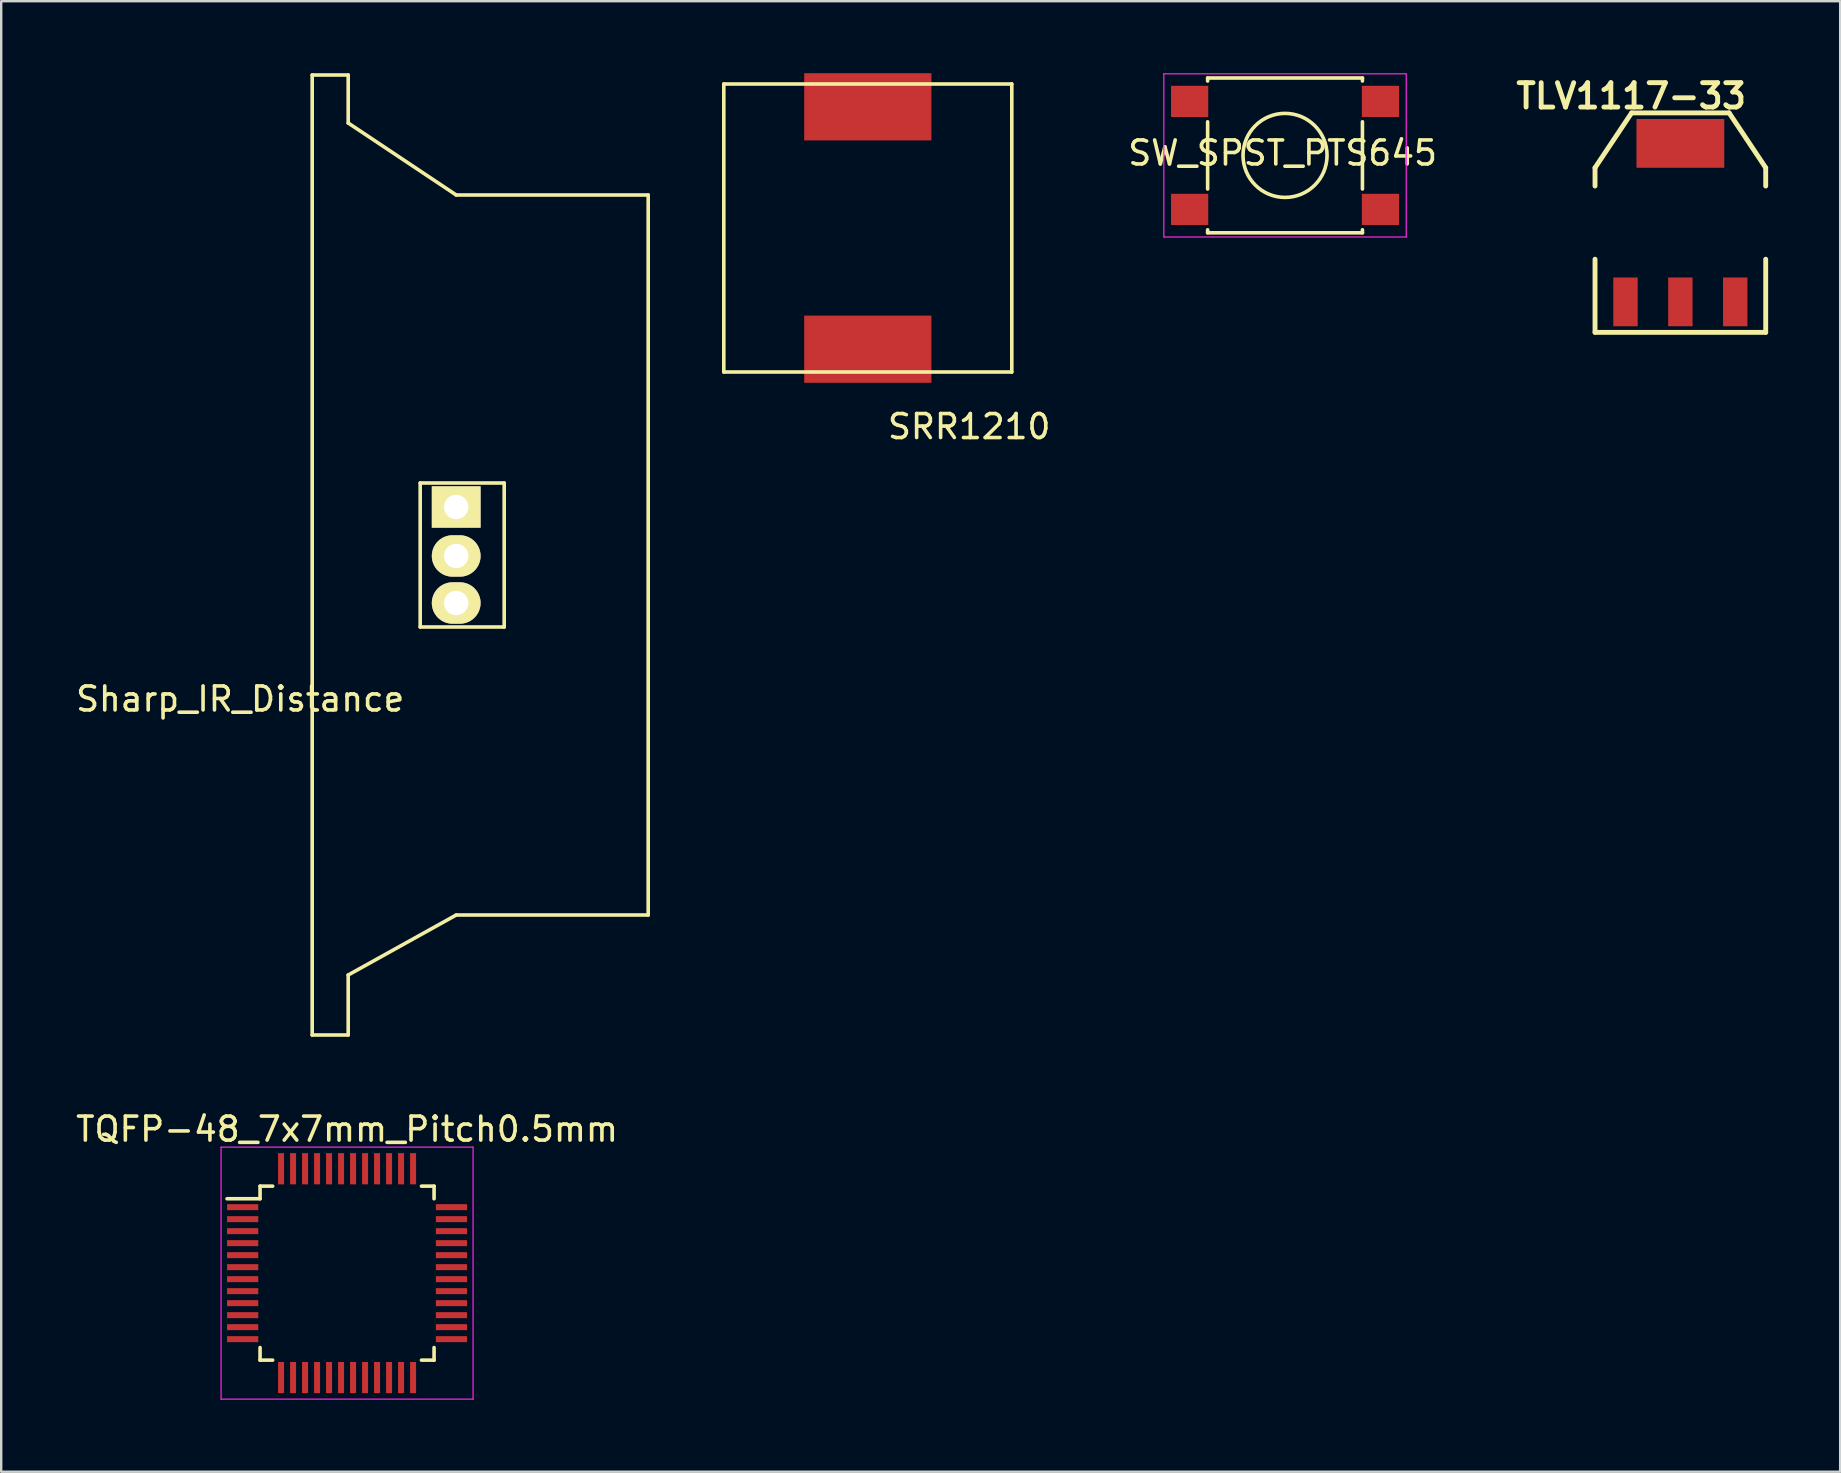
<source format=kicad_pcb>
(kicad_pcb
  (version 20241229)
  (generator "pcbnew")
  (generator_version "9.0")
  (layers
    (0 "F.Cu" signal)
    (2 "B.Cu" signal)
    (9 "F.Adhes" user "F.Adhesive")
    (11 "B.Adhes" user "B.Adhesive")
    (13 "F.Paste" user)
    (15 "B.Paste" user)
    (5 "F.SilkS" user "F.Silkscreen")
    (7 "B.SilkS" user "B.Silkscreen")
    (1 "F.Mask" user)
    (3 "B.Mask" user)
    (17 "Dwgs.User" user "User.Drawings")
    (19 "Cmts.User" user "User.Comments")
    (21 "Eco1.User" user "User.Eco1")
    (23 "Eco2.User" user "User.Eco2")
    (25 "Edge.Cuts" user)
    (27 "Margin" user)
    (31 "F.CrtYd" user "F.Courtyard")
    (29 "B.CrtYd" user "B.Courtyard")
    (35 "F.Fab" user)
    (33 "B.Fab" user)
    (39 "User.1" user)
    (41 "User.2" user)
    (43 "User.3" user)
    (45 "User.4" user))
  (footprint "TLV1117-33"
    (layer "F.Cu")
    (at 66.965 6.226)
    (property "Reference" "TLV1117-33" (at -2.05 -5.275 0) (layer "F.SilkS") (effects (font (size 1.016 1.016) (thickness 0.203))))
    (attr smd)
    (fp_line (start -3.556 -2.286) (end -2.032 -4.572) (stroke (width 0.203) (type solid)) (layer "F.SilkS"))
    (fp_line (start -3.556 -1.524) (end -3.556 -2.286) (stroke (width 0.203) (type solid)) (layer "F.SilkS"))
    (fp_line (start -3.556 1.524) (end -3.556 4.572) (stroke (width 0.203) (type solid)) (layer "F.SilkS"))
    (fp_line (start -3.556 4.572) (end 3.556 4.572) (stroke (width 0.203) (type solid)) (layer "F.SilkS"))
    (fp_line (start -2.032 -4.572) (end 2.032 -4.572) (stroke (width 0.203) (type solid)) (layer "F.SilkS"))
    (fp_line (start 2.032 -4.572) (end 3.556 -2.286) (stroke (width 0.203) (type solid)) (layer "F.SilkS"))
    (fp_line (start 3.556 -2.286) (end 3.556 -1.524) (stroke (width 0.203) (type solid)) (layer "F.SilkS"))
    (fp_line (start 3.556 4.572) (end 3.556 1.524) (stroke (width 0.203) (type solid)) (layer "F.SilkS"))
    (pad "1" smd rect (at -2.286 3.302) (size 1.016 2.032) (layers "F.Cu" "F.Mask" "F.Paste"))
    (pad "2" smd rect (at 0 3.302) (size 1.016 2.032) (layers "F.Cu" "F.Mask" "F.Paste"))
    (pad "3" smd rect (at 2.286 3.302) (size 1.016 2.032) (layers "F.Cu" "F.Mask" "F.Paste"))
    (pad "4" smd rect (at 0 -3.302) (size 3.658 2.032) (layers "F.Cu" "F.Mask" "F.Paste")))
  (footprint "SRR1210"
    (layer "F.Cu")
    (at 33.108 6.45)
    (property "Reference" "SRR1210" (at 4.225 8.275 0) (layer "F.SilkS") (effects (font (size 1 1) (thickness 0.15))))
    (attr through_hole)
    (fp_line (start -6 -6) (end 6 -6) (stroke (width 0.15) (type solid)) (layer "F.SilkS"))
    (fp_line (start -6 6) (end -6 -6) (stroke (width 0.15) (type solid)) (layer "F.SilkS"))
    (fp_line (start 6 -6) (end 6 6) (stroke (width 0.15) (type solid)) (layer "F.SilkS"))
    (fp_line (start 6 6) (end -6 6) (stroke (width 0.15) (type solid)) (layer "F.SilkS"))
    (pad "1" smd rect (at 0 5.05) (size 5.3 2.8) (layers "F.Cu" "F.Mask" "F.Paste"))
    (pad "2" smd rect (at 0 -5.05) (size 5.3 2.8) (layers "F.Cu" "F.Mask" "F.Paste")))
  (footprint "SW_SPST_PTS645"
    (layer "F.Cu")
    (at 50.493 3.425)
    (property "Reference" "SW_SPST_PTS645" (at -0.1 -0.1 0) (layer "F.SilkS") (effects (font (size 1 1) (thickness 0.15))))
    (attr through_hole)
    (fp_line (start -3.225 -3.225) (end 3.225 -3.225) (stroke (width 0.15) (type solid)) (layer "F.SilkS"))
    (fp_line (start -3.225 -3.1) (end -3.225 -3.225) (stroke (width 0.15) (type solid)) (layer "F.SilkS"))
    (fp_line (start -3.225 -1.4) (end -3.225 1.4) (stroke (width 0.15) (type solid)) (layer "F.SilkS"))
    (fp_line (start -3.225 3.225) (end -3.225 3.1) (stroke (width 0.15) (type solid)) (layer "F.SilkS"))
    (fp_line (start -3.225 3.225) (end 3.225 3.225) (stroke (width 0.15) (type solid)) (layer "F.SilkS"))
    (fp_line (start 3.225 -3.225) (end 3.225 -3.1) (stroke (width 0.15) (type solid)) (layer "F.SilkS"))
    (fp_line (start 3.225 -1.4) (end 3.225 1.4) (stroke (width 0.15) (type solid)) (layer "F.SilkS"))
    (fp_line (start 3.225 3.225) (end 3.225 3.1) (stroke (width 0.15) (type solid)) (layer "F.SilkS"))
    (fp_circle (center 0 0) (end 1.75 -0.05) (stroke (width 0.15) (type solid)) (fill no) (layer "F.SilkS"))
    (fp_line (start -5.05 -3.4) (end -5.05 3.4) (stroke (width 0.05) (type solid)) (layer "F.CrtYd"))
    (fp_line (start -5.05 -3.4) (end 5.05 -3.4) (stroke (width 0.05) (type solid)) (layer "F.CrtYd"))
    (fp_line (start -5.05 3.4) (end 5.05 3.4) (stroke (width 0.05) (type solid)) (layer "F.CrtYd"))
    (fp_line (start 5.05 3.4) (end 5.05 -3.4) (stroke (width 0.05) (type solid)) (layer "F.CrtYd"))
    (pad "1" smd rect (at -3.975 -2.25) (size 1.55 1.3) (layers "F.Cu" "F.Mask" "F.Paste"))
    (pad "1" smd rect (at 3.975 -2.25) (size 1.55 1.3) (layers "F.Cu" "F.Mask" "F.Paste"))
    (pad "2" smd rect (at -3.975 2.25) (size 1.55 1.3) (layers "F.Cu" "F.Mask" "F.Paste"))
    (pad "2" smd rect (at 3.975 2.25) (size 1.55 1.3) (layers "F.Cu" "F.Mask" "F.Paste")))
  (footprint "TQFP-48_7x7mm_Pitch0.5mm"
    (layer "F.Cu")
    (at 11.411 49.998)
    (property "Reference" "TQFP-48_7x7mm_Pitch0.5mm" (at 0 -6 0) (layer "F.SilkS") (effects (font (size 1 1) (thickness 0.15))))
    (attr smd)
    (fp_line (start -3.625 -3.625) (end -3.625 -3.1) (stroke (width 0.15) (type solid)) (layer "F.SilkS"))
    (fp_line (start -3.625 -3.625) (end -3.1 -3.625) (stroke (width 0.15) (type solid)) (layer "F.SilkS"))
    (fp_line (start -3.625 -3.1) (end -5 -3.1) (stroke (width 0.15) (type solid)) (layer "F.SilkS"))
    (fp_line (start -3.625 3.625) (end -3.625 3.1) (stroke (width 0.15) (type solid)) (layer "F.SilkS"))
    (fp_line (start -3.625 3.625) (end -3.1 3.625) (stroke (width 0.15) (type solid)) (layer "F.SilkS"))
    (fp_line (start 3.625 -3.625) (end 3.1 -3.625) (stroke (width 0.15) (type solid)) (layer "F.SilkS"))
    (fp_line (start 3.625 -3.625) (end 3.625 -3.1) (stroke (width 0.15) (type solid)) (layer "F.SilkS"))
    (fp_line (start 3.625 3.625) (end 3.1 3.625) (stroke (width 0.15) (type solid)) (layer "F.SilkS"))
    (fp_line (start 3.625 3.625) (end 3.625 3.1) (stroke (width 0.15) (type solid)) (layer "F.SilkS"))
    (fp_line (start -5.25 -5.25) (end -5.25 5.25) (stroke (width 0.05) (type solid)) (layer "F.CrtYd"))
    (fp_line (start -5.25 -5.25) (end 5.25 -5.25) (stroke (width 0.05) (type solid)) (layer "F.CrtYd"))
    (fp_line (start -5.25 5.25) (end 5.25 5.25) (stroke (width 0.05) (type solid)) (layer "F.CrtYd"))
    (fp_line (start 5.25 -5.25) (end 5.25 5.25) (stroke (width 0.05) (type solid)) (layer "F.CrtYd"))
    (pad "1" smd rect (at -4.35 -2.75) (size 1.3 0.25) (layers "F.Cu" "F.Mask" "F.Paste"))
    (pad "2" smd rect (at -4.35 -2.25) (size 1.3 0.25) (layers "F.Cu" "F.Mask" "F.Paste"))
    (pad "3" smd rect (at -4.35 -1.75) (size 1.3 0.25) (layers "F.Cu" "F.Mask" "F.Paste"))
    (pad "4" smd rect (at -4.35 -1.25) (size 1.3 0.25) (layers "F.Cu" "F.Mask" "F.Paste"))
    (pad "5" smd rect (at -4.35 -0.75) (size 1.3 0.25) (layers "F.Cu" "F.Mask" "F.Paste"))
    (pad "6" smd rect (at -4.35 -0.25) (size 1.3 0.25) (layers "F.Cu" "F.Mask" "F.Paste"))
    (pad "7" smd rect (at -4.35 0.25) (size 1.3 0.25) (layers "F.Cu" "F.Mask" "F.Paste"))
    (pad "8" smd rect (at -4.35 0.75) (size 1.3 0.25) (layers "F.Cu" "F.Mask" "F.Paste"))
    (pad "9" smd rect (at -4.35 1.25) (size 1.3 0.25) (layers "F.Cu" "F.Mask" "F.Paste"))
    (pad "10" smd rect (at -4.35 1.75) (size 1.3 0.25) (layers "F.Cu" "F.Mask" "F.Paste"))
    (pad "11" smd rect (at -4.35 2.25) (size 1.3 0.25) (layers "F.Cu" "F.Mask" "F.Paste"))
    (pad "12" smd rect (at -4.35 2.75) (size 1.3 0.25) (layers "F.Cu" "F.Mask" "F.Paste"))
    (pad "13" smd rect (at -2.75 4.35 90) (size 1.3 0.25) (layers "F.Cu" "F.Mask" "F.Paste"))
    (pad "14" smd rect (at -2.25 4.35 90) (size 1.3 0.25) (layers "F.Cu" "F.Mask" "F.Paste"))
    (pad "15" smd rect (at -1.75 4.35 90) (size 1.3 0.25) (layers "F.Cu" "F.Mask" "F.Paste"))
    (pad "16" smd rect (at -1.25 4.35 90) (size 1.3 0.25) (layers "F.Cu" "F.Mask" "F.Paste"))
    (pad "17" smd rect (at -0.75 4.35 90) (size 1.3 0.25) (layers "F.Cu" "F.Mask" "F.Paste"))
    (pad "18" smd rect (at -0.25 4.35 90) (size 1.3 0.25) (layers "F.Cu" "F.Mask" "F.Paste"))
    (pad "19" smd rect (at 0.25 4.35 90) (size 1.3 0.25) (layers "F.Cu" "F.Mask" "F.Paste"))
    (pad "20" smd rect (at 0.75 4.35 90) (size 1.3 0.25) (layers "F.Cu" "F.Mask" "F.Paste"))
    (pad "21" smd rect (at 1.25 4.35 90) (size 1.3 0.25) (layers "F.Cu" "F.Mask" "F.Paste"))
    (pad "22" smd rect (at 1.75 4.35 90) (size 1.3 0.25) (layers "F.Cu" "F.Mask" "F.Paste"))
    (pad "23" smd rect (at 2.25 4.35 90) (size 1.3 0.25) (layers "F.Cu" "F.Mask" "F.Paste"))
    (pad "24" smd rect (at 2.75 4.35 90) (size 1.3 0.25) (layers "F.Cu" "F.Mask" "F.Paste"))
    (pad "25" smd rect (at 4.35 2.75) (size 1.3 0.25) (layers "F.Cu" "F.Mask" "F.Paste"))
    (pad "26" smd rect (at 4.35 2.25) (size 1.3 0.25) (layers "F.Cu" "F.Mask" "F.Paste"))
    (pad "27" smd rect (at 4.35 1.75) (size 1.3 0.25) (layers "F.Cu" "F.Mask" "F.Paste"))
    (pad "28" smd rect (at 4.35 1.25) (size 1.3 0.25) (layers "F.Cu" "F.Mask" "F.Paste"))
    (pad "29" smd rect (at 4.35 0.75) (size 1.3 0.25) (layers "F.Cu" "F.Mask" "F.Paste"))
    (pad "30" smd rect (at 4.35 0.25) (size 1.3 0.25) (layers "F.Cu" "F.Mask" "F.Paste"))
    (pad "31" smd rect (at 4.35 -0.25) (size 1.3 0.25) (layers "F.Cu" "F.Mask" "F.Paste"))
    (pad "32" smd rect (at 4.35 -0.75) (size 1.3 0.25) (layers "F.Cu" "F.Mask" "F.Paste"))
    (pad "33" smd rect (at 4.35 -1.25) (size 1.3 0.25) (layers "F.Cu" "F.Mask" "F.Paste"))
    (pad "34" smd rect (at 4.35 -1.75) (size 1.3 0.25) (layers "F.Cu" "F.Mask" "F.Paste"))
    (pad "35" smd rect (at 4.35 -2.25) (size 1.3 0.25) (layers "F.Cu" "F.Mask" "F.Paste"))
    (pad "36" smd rect (at 4.35 -2.75) (size 1.3 0.25) (layers "F.Cu" "F.Mask" "F.Paste"))
    (pad "37" smd rect (at 2.75 -4.35 90) (size 1.3 0.25) (layers "F.Cu" "F.Mask" "F.Paste"))
    (pad "38" smd rect (at 2.25 -4.35 90) (size 1.3 0.25) (layers "F.Cu" "F.Mask" "F.Paste"))
    (pad "39" smd rect (at 1.75 -4.35 90) (size 1.3 0.25) (layers "F.Cu" "F.Mask" "F.Paste"))
    (pad "40" smd rect (at 1.25 -4.35 90) (size 1.3 0.25) (layers "F.Cu" "F.Mask" "F.Paste"))
    (pad "41" smd rect (at 0.75 -4.35 90) (size 1.3 0.25) (layers "F.Cu" "F.Mask" "F.Paste"))
    (pad "42" smd rect (at 0.25 -4.35 90) (size 1.3 0.25) (layers "F.Cu" "F.Mask" "F.Paste"))
    (pad "43" smd rect (at -0.25 -4.35 90) (size 1.3 0.25) (layers "F.Cu" "F.Mask" "F.Paste"))
    (pad "44" smd rect (at -0.75 -4.35 90) (size 1.3 0.25) (layers "F.Cu" "F.Mask" "F.Paste"))
    (pad "45" smd rect (at -1.25 -4.35 90) (size 1.3 0.25) (layers "F.Cu" "F.Mask" "F.Paste"))
    (pad "46" smd rect (at -1.75 -4.35 90) (size 1.3 0.25) (layers "F.Cu" "F.Mask" "F.Paste"))
    (pad "47" smd rect (at -2.25 -4.35 90) (size 1.3 0.25) (layers "F.Cu" "F.Mask" "F.Paste"))
    (pad "48" smd rect (at -2.75 -4.35 90) (size 1.3 0.25) (layers "F.Cu" "F.Mask" "F.Paste")))
  (footprint "Sharp_IR_Distance"
    (layer "F.Cu")
    (at 15.958 20.075)
    (property "Reference" "Sharp_IR_Distance" (at -9 6 0) (layer "F.SilkS") (effects (font (size 1 1) (thickness 0.15))))
    (attr through_hole)
    (fp_line (start -6 -20) (end -6 20) (stroke (width 0.15) (type solid)) (layer "F.SilkS"))
    (fp_line (start -6 20) (end -4.5 20) (stroke (width 0.15) (type solid)) (layer "F.SilkS"))
    (fp_line (start -4.5 -20) (end -6 -20) (stroke (width 0.15) (type solid)) (layer "F.SilkS"))
    (fp_line (start -4.5 -18) (end -4.5 -20) (stroke (width 0.15) (type solid)) (layer "F.SilkS"))
    (fp_line (start -4.5 17.5) (end 0 15) (stroke (width 0.15) (type solid)) (layer "F.SilkS"))
    (fp_line (start -4.5 20) (end -4.5 17.5) (stroke (width 0.15) (type solid)) (layer "F.SilkS"))
    (fp_line (start -1.5 -3) (end 2 -3) (stroke (width 0.15) (type solid)) (layer "F.SilkS"))
    (fp_line (start -1.5 3) (end -1.5 -3) (stroke (width 0.15) (type solid)) (layer "F.SilkS"))
    (fp_line (start 0 -15) (end -4.5 -18) (stroke (width 0.15) (type solid)) (layer "F.SilkS"))
    (fp_line (start 0 15) (end 8 15) (stroke (width 0.15) (type solid)) (layer "F.SilkS"))
    (fp_line (start 2 -3) (end 2 3) (stroke (width 0.15) (type solid)) (layer "F.SilkS"))
    (fp_line (start 2 3) (end -1.5 3) (stroke (width 0.15) (type solid)) (layer "F.SilkS"))
    (fp_line (start 8 -15) (end 0 -15) (stroke (width 0.15) (type solid)) (layer "F.SilkS"))
    (fp_line (start 8 15) (end 8 -15) (stroke (width 0.15) (type solid)) (layer "F.SilkS"))
    (pad "1" thru_hole rect (at 0 -2) (size 2.032 1.727) (drill 1.016) (layers "*.Cu" "*.Mask" "F.SilkS"))
    (pad "2" thru_hole oval (at 0 0.04) (size 2.032 1.727) (drill 1.016) (layers "*.Cu" "*.Mask" "F.SilkS"))
    (pad "3" thru_hole oval (at 0 2) (size 2.032 1.727) (drill 1.016) (layers "*.Cu" "*.Mask" "F.SilkS")))
  (gr_rect
    (start -3 -3)
    (end 73.623 58.273)
    (stroke (width 0.1) (type default))
    (fill no)
    (layer "Edge.Cuts")))
</source>
